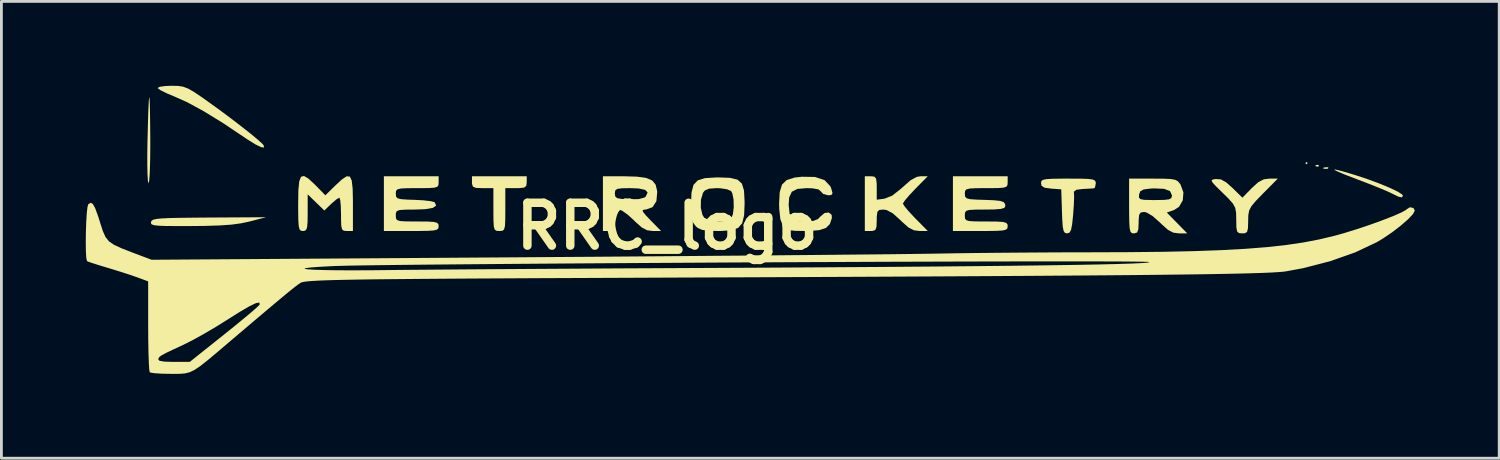
<source format=kicad_pcb>
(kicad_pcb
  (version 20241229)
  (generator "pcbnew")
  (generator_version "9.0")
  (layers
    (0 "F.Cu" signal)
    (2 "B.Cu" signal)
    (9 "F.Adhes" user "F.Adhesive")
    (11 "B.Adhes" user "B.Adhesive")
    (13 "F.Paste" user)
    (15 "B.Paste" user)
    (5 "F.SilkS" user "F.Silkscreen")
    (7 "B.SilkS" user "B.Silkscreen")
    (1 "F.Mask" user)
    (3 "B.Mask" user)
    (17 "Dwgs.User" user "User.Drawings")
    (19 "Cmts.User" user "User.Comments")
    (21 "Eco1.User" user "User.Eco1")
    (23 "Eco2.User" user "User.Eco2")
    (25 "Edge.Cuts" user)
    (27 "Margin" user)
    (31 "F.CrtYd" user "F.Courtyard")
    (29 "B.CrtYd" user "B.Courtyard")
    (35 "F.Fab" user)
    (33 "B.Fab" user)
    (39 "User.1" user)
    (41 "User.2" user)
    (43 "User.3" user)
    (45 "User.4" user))
  (footprint "RRC_logo"
    (layer "F.Cu")
    (at 20.676 4.995)
    (property "Reference" "RRC_logo" (at 0 0 0) (layer "F.SilkS") (effects (font (size 1.524 1.524) (thickness 0.3))))
    (attr board_only exclude_from_pos_files exclude_from_bom)
    (fp_poly (pts (xy 22.775 -2.244) (xy 22.733 -2.201) (xy 22.691 -2.244) (xy 22.733 -2.286)) (stroke (width 0) (type solid)) (fill yes) (layer "F.SilkS"))
    (fp_poly (pts (xy 23.17 -2.173) (xy 23.159 -2.123) (xy 23.114 -2.117) (xy 23.044 -2.148) (xy 23.058 -2.173) (xy 23.158 -2.183)) (stroke (width 0) (type solid)) (fill yes) (layer "F.SilkS"))
    (fp_poly (pts (xy 23.514 -2.083) (xy 23.489 -2.045) (xy 23.403 -2.039) (xy 23.313 -2.059) (xy 23.352 -2.09) (xy 23.484 -2.1)) (stroke (width 0) (type solid)) (fill yes) (layer "F.SilkS"))
    (fp_poly (pts (xy -18.41 -4.555) (xy -18.4 -4.357) (xy -18.391 -3.99) (xy -18.385 -3.455) (xy -18.382 -3.154) (xy -18.383 -2.649) (xy -18.39 -2.209) (xy -18.403 -1.857) (xy -18.421 -1.62) (xy -18.442 -1.525) (xy -18.444 -1.524) (xy -18.465 -1.604) (xy -18.48 -1.827) (xy -18.488 -2.165) (xy -18.488 -2.591) (xy -18.481 -3.027) (xy -18.465 -3.667) (xy -18.45 -4.141) (xy -18.435 -4.447) (xy -18.422 -4.585)) (stroke (width 0) (type solid)) (fill yes) (layer "F.SilkS"))
    (fp_poly (pts (xy 23.942 -1.974) (xy 24.291 -1.873) (xy 24.485 -1.813) (xy 24.935 -1.663) (xy 25.354 -1.507) (xy 25.713 -1.358) (xy 25.984 -1.227) (xy 26.138 -1.127) (xy 26.162 -1.089) (xy 26.127 -1.026) (xy 26.004 -1.051) (xy 25.781 -1.16) (xy 25.602 -1.244) (xy 25.306 -1.368) (xy 24.935 -1.516) (xy 24.553 -1.662) (xy 24.119 -1.828) (xy 23.841 -1.944) (xy 23.718 -2.008) (xy 23.751 -2.018)) (stroke (width 0) (type solid)) (fill yes) (layer "F.SilkS"))
    (fp_poly (pts (xy -14.859 -0.167) (xy -15.153 -0.104) (xy -15.489 -0.058) (xy -15.899 -0.029) (xy -16.418 -0.012) (xy -16.918 -0.007) (xy -17.449 -0.006) (xy -17.834 -0.009) (xy -18.094 -0.019) (xy -18.254 -0.038) (xy -18.334 -0.068) (xy -18.359 -0.112) (xy -18.357 -0.148) (xy -18.336 -0.195) (xy -18.28 -0.231) (xy -18.17 -0.258) (xy -17.986 -0.277) (xy -17.707 -0.291) (xy -17.313 -0.299) (xy -16.784 -0.305) (xy -16.297 -0.309) (xy -14.266 -0.321)) (stroke (width 0) (type solid)) (fill yes) (layer "F.SilkS"))
    (fp_poly (pts (xy -4.995 -1.566) (xy -5.011 -1.436) (xy -5.089 -1.374) (xy -5.274 -1.355) (xy -5.376 -1.355) (xy -5.757 -1.355) (xy -5.757 -0.593) (xy -5.759 -0.232) (xy -5.77 -0.008) (xy -5.8 0.112) (xy -5.857 0.16) (xy -5.95 0.169) (xy -5.969 0.169) (xy -6.069 0.163) (xy -6.131 0.123) (xy -6.165 0.017) (xy -6.178 -0.188) (xy -6.181 -0.525) (xy -6.181 -0.593) (xy -6.181 -1.355) (xy -6.562 -1.355) (xy -6.797 -1.363) (xy -6.908 -1.407) (xy -6.941 -1.509) (xy -6.943 -1.566) (xy -6.943 -1.778) (xy -4.995 -1.778)) (stroke (width 0) (type solid)) (fill yes) (layer "F.SilkS"))
    (fp_poly (pts (xy -17.397 -4.99) (xy -17.216 -4.963) (xy -17.038 -4.896) (xy -16.824 -4.773) (xy -16.532 -4.576) (xy -16.348 -4.445) (xy -15.936 -4.149) (xy -15.525 -3.843) (xy -15.139 -3.547) (xy -14.804 -3.282) (xy -14.544 -3.066) (xy -14.385 -2.919) (xy -14.351 -2.879) (xy -14.337 -2.799) (xy -14.44 -2.812) (xy -14.643 -2.91) (xy -14.926 -3.086) (xy -15.028 -3.155) (xy -15.794 -3.668) (xy -16.483 -4.091) (xy -17.079 -4.415) (xy -17.529 -4.615) (xy -17.813 -4.734) (xy -18.022 -4.839) (xy -18.117 -4.911) (xy -18.119 -4.918) (xy -18.042 -4.959) (xy -17.843 -4.987) (xy -17.622 -4.995)) (stroke (width 0) (type solid)) (fill yes) (layer "F.SilkS"))
    (fp_poly (pts (xy 21.185 -1.162) (xy 20.933 -0.902) (xy 20.777 -0.717) (xy 20.696 -0.564) (xy 20.664 -0.398) (xy 20.659 -0.188) (xy 20.652 0.07) (xy 20.62 0.201) (xy 20.542 0.249) (xy 20.447 0.254) (xy 20.328 0.243) (xy 20.264 0.181) (xy 20.239 0.029) (xy 20.235 -0.233) (xy 20.23 -0.481) (xy 20.197 -0.657) (xy 20.113 -0.81) (xy 19.952 -0.991) (xy 19.754 -1.185) (xy 19.517 -1.418) (xy 19.389 -1.558) (xy 19.357 -1.631) (xy 19.409 -1.664) (xy 19.512 -1.679) (xy 19.69 -1.665) (xy 19.877 -1.561) (xy 20.102 -1.361) (xy 20.454 -1.015) (xy 20.785 -1.354) (xy 21.019 -1.567) (xy 21.217 -1.669) (xy 21.414 -1.693) (xy 21.712 -1.693)) (stroke (width 0) (type solid)) (fill yes) (layer "F.SilkS"))
    (fp_poly (pts (xy 14.685 -1.692) (xy 14.962 -1.683) (xy 15.128 -1.662) (xy 15.21 -1.625) (xy 15.238 -1.565) (xy 15.24 -1.524) (xy 15.213 -1.383) (xy 15.177 -1.348) (xy 15.058 -1.34) (xy 14.842 -1.328) (xy 14.774 -1.325) (xy 14.549 -1.297) (xy 14.463 -1.231) (xy 14.464 -1.184) (xy 14.47 -1.044) (xy 14.461 -0.785) (xy 14.439 -0.462) (xy 14.434 -0.402) (xy 14.399 -0.068) (xy 14.36 0.131) (xy 14.306 0.227) (xy 14.226 0.254) (xy 14.218 0.254) (xy 14.144 0.237) (xy 14.095 0.165) (xy 14.065 0.007) (xy 14.046 -0.268) (xy 14.037 -0.529) (xy 14.012 -1.312) (xy 13.652 -1.338) (xy 13.419 -1.37) (xy 13.313 -1.436) (xy 13.293 -1.529) (xy 13.304 -1.6) (xy 13.357 -1.647) (xy 13.481 -1.675) (xy 13.704 -1.688) (xy 14.054 -1.693) (xy 14.266 -1.693)) (stroke (width 0) (type solid)) (fill yes) (layer "F.SilkS"))
    (fp_poly (pts (xy 7.365 -1.764) (xy 7.428 -1.693) (xy 7.449 -1.521) (xy 7.451 -1.361) (xy 7.451 -0.944) (xy 7.721 -0.978) (xy 8.001 -1.088) (xy 8.334 -1.351) (xy 8.38 -1.395) (xy 8.655 -1.636) (xy 8.876 -1.756) (xy 9.017 -1.778) (xy 9.265 -1.778) (xy 8.824 -1.331) (xy 8.61 -1.104) (xy 8.453 -0.919) (xy 8.383 -0.811) (xy 8.382 -0.804) (xy 8.438 -0.71) (xy 8.585 -0.533) (xy 8.793 -0.309) (xy 8.824 -0.278) (xy 9.265 0.169) (xy 8.968 0.169) (xy 8.768 0.143) (xy 8.582 0.046) (xy 8.357 -0.152) (xy 8.297 -0.212) (xy 8.022 -0.459) (xy 7.8 -0.576) (xy 7.687 -0.593) (xy 7.542 -0.58) (xy 7.473 -0.511) (xy 7.452 -0.341) (xy 7.451 -0.212) (xy 7.442 0.023) (xy 7.399 0.135) (xy 7.296 0.168) (xy 7.239 0.169) (xy 7.027 0.169) (xy 7.027 -1.778) (xy 7.239 -1.778)) (stroke (width 0) (type solid)) (fill yes) (layer "F.SilkS"))
    (fp_poly (pts (xy -12.756 -1.692) (xy -12.529 -1.481) (xy -12.488 -1.439) (xy -12.157 -1.1) (xy -11.811 -1.439) (xy -11.571 -1.662) (xy -11.4 -1.775) (xy -11.286 -1.767) (xy -11.219 -1.627) (xy -11.186 -1.342) (xy -11.176 -0.903) (xy -11.176 -0.804) (xy -11.176 0.169) (xy -11.388 0.169) (xy -11.498 0.161) (xy -11.562 0.11) (xy -11.591 -0.02) (xy -11.599 -0.265) (xy -11.599 -0.423) (xy -11.607 -0.715) (xy -11.627 -0.927) (xy -11.656 -1.016) (xy -11.658 -1.016) (xy -11.752 -0.963) (xy -11.91 -0.83) (xy -11.955 -0.788) (xy -12.193 -0.56) (xy -12.489 -0.847) (xy -12.785 -1.134) (xy -12.785 -0.482) (xy -12.788 -0.153) (xy -12.806 0.043) (xy -12.846 0.138) (xy -12.918 0.168) (xy -12.954 0.169) (xy -13.027 0.159) (xy -13.075 0.109) (xy -13.104 -0.01) (xy -13.118 -0.225) (xy -13.123 -0.566) (xy -13.123 -0.804) (xy -13.116 -1.277) (xy -13.086 -1.591) (xy -13.023 -1.758) (xy -12.917 -1.788)) (stroke (width 0) (type solid)) (fill yes) (layer "F.SilkS"))
    (fp_poly (pts (xy 5.255 -1.752) (xy 5.594 -1.64) (xy 5.8 -1.422) (xy 5.832 -1.347) (xy 5.879 -1.176) (xy 5.836 -1.11) (xy 5.72 -1.101) (xy 5.546 -1.149) (xy 5.473 -1.228) (xy 5.381 -1.309) (xy 5.168 -1.348) (xy 4.959 -1.355) (xy 4.628 -1.327) (xy 4.431 -1.227) (xy 4.338 -1.026) (xy 4.318 -0.762) (xy 4.352 -0.447) (xy 4.472 -0.262) (xy 4.706 -0.18) (xy 4.909 -0.169) (xy 5.191 -0.188) (xy 5.361 -0.255) (xy 5.448 -0.346) (xy 5.595 -0.47) (xy 5.746 -0.488) (xy 5.846 -0.407) (xy 5.856 -0.293) (xy 5.784 -0.077) (xy 5.642 0.063) (xy 5.398 0.14) (xy 5.025 0.168) (xy 4.902 0.169) (xy 4.561 0.164) (xy 4.347 0.141) (xy 4.217 0.091) (xy 4.127 0.004) (xy 4.111 -0.019) (xy 4.023 -0.249) (xy 3.983 -0.627) (xy 3.979 -0.81) (xy 4.001 -1.213) (xy 4.082 -1.481) (xy 4.249 -1.643) (xy 4.528 -1.73) (xy 4.785 -1.76)) (stroke (width 0) (type solid)) (fill yes) (layer "F.SilkS"))
    (fp_poly (pts (xy 2.233 -1.721) (xy 2.5 -1.657) (xy 2.656 -1.515) (xy 2.731 -1.267) (xy 2.751 -0.885) (xy 2.752 -0.81) (xy 2.735 -0.389) (xy 2.667 -0.108) (xy 2.522 0.061) (xy 2.273 0.144) (xy 1.894 0.169) (xy 1.807 0.169) (xy 1.46 0.161) (xy 1.236 0.128) (xy 1.088 0.061) (xy 1.016 0) (xy 0.924 -0.124) (xy 0.872 -0.297) (xy 0.85 -0.564) (xy 0.848 -0.653) (xy 1.194 -0.653) (xy 1.254 -0.402) (xy 1.318 -0.302) (xy 1.495 -0.215) (xy 1.755 -0.174) (xy 2.024 -0.182) (xy 2.23 -0.242) (xy 2.269 -0.271) (xy 2.336 -0.427) (xy 2.366 -0.677) (xy 2.359 -0.949) (xy 2.315 -1.172) (xy 2.269 -1.253) (xy 2.128 -1.314) (xy 1.889 -1.35) (xy 1.764 -1.355) (xy 1.491 -1.337) (xy 1.337 -1.272) (xy 1.273 -1.191) (xy 1.199 -0.942) (xy 1.194 -0.653) (xy 0.848 -0.653) (xy 0.847 -0.791) (xy 0.864 -1.197) (xy 0.934 -1.469) (xy 1.085 -1.631) (xy 1.343 -1.711) (xy 1.737 -1.735) (xy 1.826 -1.736)) (stroke (width 0) (type solid)) (fill yes) (layer "F.SilkS"))
    (fp_poly (pts (xy -8.128 -1.566) (xy -8.134 -1.466) (xy -8.174 -1.404) (xy -8.28 -1.371) (xy -8.486 -1.357) (xy -8.823 -1.355) (xy -8.89 -1.355) (xy -9.251 -1.353) (xy -9.475 -1.341) (xy -9.595 -1.311) (xy -9.643 -1.255) (xy -9.652 -1.163) (xy -9.652 -1.155) (xy -9.642 -1.055) (xy -9.589 -0.994) (xy -9.458 -0.962) (xy -9.214 -0.945) (xy -8.996 -0.939) (xy -8.674 -0.922) (xy -8.419 -0.893) (xy -8.277 -0.857) (xy -8.267 -0.849) (xy -8.217 -0.734) (xy -8.332 -0.653) (xy -8.61 -0.606) (xy -8.98 -0.593) (xy -9.314 -0.59) (xy -9.514 -0.576) (xy -9.614 -0.539) (xy -9.648 -0.469) (xy -9.652 -0.381) (xy -9.646 -0.281) (xy -9.606 -0.219) (xy -9.5 -0.185) (xy -9.294 -0.172) (xy -8.957 -0.169) (xy -8.89 -0.169) (xy -8.528 -0.167) (xy -8.303 -0.153) (xy -8.183 -0.122) (xy -8.135 -0.067) (xy -8.128 0) (xy -8.138 0.073) (xy -8.188 0.121) (xy -8.307 0.15) (xy -8.522 0.164) (xy -8.864 0.169) (xy -9.102 0.169) (xy -10.075 0.169) (xy -10.075 -1.778) (xy -8.128 -1.778)) (stroke (width 0) (type solid)) (fill yes) (layer "F.SilkS"))
    (fp_poly (pts (xy -1.545 -1.777) (xy -1.072 -1.763) (xy -0.743 -1.716) (xy -0.531 -1.625) (xy -0.411 -1.476) (xy -0.359 -1.258) (xy -0.355 -1.215) (xy -0.385 -0.889) (xy -0.523 -0.677) (xy -0.759 -0.593) (xy -0.786 -0.593) (xy -0.869 -0.578) (xy -0.864 -0.516) (xy -0.757 -0.383) (xy -0.593 -0.212) (xy -0.219 0.169) (xy -0.515 0.169) (xy -0.715 0.143) (xy -0.902 0.045) (xy -1.127 -0.153) (xy -1.185 -0.212) (xy -1.405 -0.412) (xy -1.6 -0.55) (xy -1.711 -0.593) (xy -1.807 -0.561) (xy -1.852 -0.438) (xy -1.863 -0.212) (xy -1.871 0.023) (xy -1.915 0.135) (xy -2.017 0.168) (xy -2.074 0.169) (xy -2.286 0.169) (xy -2.286 -1.164) (xy -1.863 -1.164) (xy -1.847 -1.057) (xy -1.775 -0.997) (xy -1.606 -0.969) (xy -1.362 -0.957) (xy -1.011 -0.965) (xy -0.807 -1.021) (xy -0.762 -1.059) (xy -0.697 -1.199) (xy -0.78 -1.292) (xy -1.017 -1.343) (xy -1.317 -1.355) (xy -1.612 -1.35) (xy -1.776 -1.328) (xy -1.847 -1.274) (xy -1.863 -1.176) (xy -1.863 -1.164) (xy -2.286 -1.164) (xy -2.286 -1.778)) (stroke (width 0) (type solid)) (fill yes) (layer "F.SilkS"))
    (fp_poly (pts (xy 12.107 -1.566) (xy 12.101 -1.466) (xy 12.061 -1.404) (xy 11.955 -1.371) (xy 11.75 -1.357) (xy 11.413 -1.355) (xy 11.345 -1.355) (xy 10.985 -1.353) (xy 10.76 -1.341) (xy 10.641 -1.311) (xy 10.592 -1.255) (xy 10.583 -1.163) (xy 10.583 -1.155) (xy 10.593 -1.055) (xy 10.647 -0.994) (xy 10.778 -0.961) (xy 11.024 -0.945) (xy 11.234 -0.939) (xy 11.605 -0.925) (xy 11.838 -0.901) (xy 11.964 -0.858) (xy 12.015 -0.788) (xy 12.023 -0.715) (xy 11.988 -0.653) (xy 11.865 -0.616) (xy 11.625 -0.597) (xy 11.303 -0.593) (xy 10.955 -0.591) (xy 10.742 -0.578) (xy 10.631 -0.546) (xy 10.59 -0.483) (xy 10.583 -0.381) (xy 10.589 -0.281) (xy 10.629 -0.219) (xy 10.736 -0.185) (xy 10.941 -0.172) (xy 11.278 -0.169) (xy 11.345 -0.169) (xy 11.707 -0.167) (xy 11.932 -0.153) (xy 12.052 -0.122) (xy 12.1 -0.067) (xy 12.107 0) (xy 12.097 0.073) (xy 12.047 0.121) (xy 11.928 0.15) (xy 11.713 0.164) (xy 11.372 0.169) (xy 11.134 0.169) (xy 10.16 0.169) (xy 10.16 -1.778) (xy 12.107 -1.778)) (stroke (width 0) (type solid)) (fill yes) (layer "F.SilkS"))
    (fp_poly (pts (xy 17.657 -1.691) (xy 17.911 -1.679) (xy 18.068 -1.649) (xy 18.165 -1.593) (xy 18.238 -1.505) (xy 18.253 -1.482) (xy 18.356 -1.203) (xy 18.334 -0.922) (xy 18.2 -0.69) (xy 18.022 -0.576) (xy 17.766 -0.486) (xy 18.493 0.254) (xy 18.196 0.254) (xy 17.996 0.228) (xy 17.809 0.13) (xy 17.584 -0.069) (xy 17.526 -0.127) (xy 17.265 -0.359) (xy 17.046 -0.489) (xy 16.958 -0.508) (xy 16.838 -0.489) (xy 16.781 -0.403) (xy 16.764 -0.205) (xy 16.764 -0.127) (xy 16.753 0.111) (xy 16.707 0.224) (xy 16.607 0.254) (xy 16.595 0.254) (xy 16.522 0.244) (xy 16.474 0.194) (xy 16.445 0.075) (xy 16.431 -0.14) (xy 16.426 -0.482) (xy 16.425 -0.72) (xy 16.425 -1.023) (xy 16.775 -1.023) (xy 16.822 -0.966) (xy 16.954 -0.939) (xy 17.207 -0.932) (xy 17.351 -0.931) (xy 17.664 -0.936) (xy 17.844 -0.956) (xy 17.927 -1.003) (xy 17.949 -1.085) (xy 17.949 -1.099) (xy 17.88 -1.249) (xy 17.669 -1.33) (xy 17.31 -1.346) (xy 17.181 -1.339) (xy 16.941 -1.308) (xy 16.822 -1.243) (xy 16.779 -1.122) (xy 16.775 -1.023) (xy 16.425 -1.023) (xy 16.425 -1.693) (xy 17.27 -1.693)) (stroke (width 0) (type solid)) (fill yes) (layer "F.SilkS"))
    (fp_poly (pts (xy -20.426 -0.794) (xy -20.342 -0.642) (xy -20.238 -0.358) (xy -20.158 -0.105) (xy -20.066 0.179) (xy -19.974 0.384) (xy -19.852 0.536) (xy -19.669 0.662) (xy -19.393 0.789) (xy -18.994 0.944) (xy -18.914 0.974) (xy -18.335 1.192) (xy -5.632 1.107) (xy -4.132 1.096) (xy -2.65 1.086) (xy -1.197 1.075) (xy 0.216 1.064) (xy 1.575 1.053) (xy 2.871 1.043) (xy 4.09 1.032) (xy 5.221 1.022) (xy 6.252 1.012) (xy 7.172 1.003) (xy 7.969 0.995) (xy 8.631 0.987) (xy 9.146 0.98) (xy 9.483 0.975) (xy 10.179 0.963) (xy 11.001 0.952) (xy 11.904 0.943) (xy 12.846 0.936) (xy 13.782 0.93) (xy 14.669 0.927) (xy 15.028 0.927) (xy 16.414 0.922) (xy 17.645 0.909) (xy 18.737 0.885) (xy 19.704 0.85) (xy 20.561 0.803) (xy 21.322 0.743) (xy 22.003 0.668) (xy 22.617 0.578) (xy 23.181 0.47) (xy 23.708 0.345) (xy 24.068 0.245) (xy 24.533 0.101) (xy 24.999 -0.055) (xy 25.435 -0.213) (xy 25.812 -0.36) (xy 26.099 -0.485) (xy 26.268 -0.578) (xy 26.296 -0.604) (xy 26.409 -0.675) (xy 26.534 -0.649) (xy 26.585 -0.557) (xy 26.519 -0.432) (xy 26.34 -0.243) (xy 26.081 -0.018) (xy 25.774 0.218) (xy 25.449 0.438) (xy 25.231 0.568) (xy 24.462 0.931) (xy 23.575 1.243) (xy 22.621 1.49) (xy 22.011 1.603) (xy 21.885 1.619) (xy 21.703 1.633) (xy 21.461 1.647) (xy 21.152 1.66) (xy 20.771 1.672) (xy 20.311 1.684) (xy 19.767 1.695) (xy 19.134 1.706) (xy 18.405 1.716) (xy 17.575 1.726) (xy 16.638 1.736) (xy 15.589 1.745) (xy 14.421 1.754) (xy 13.129 1.763) (xy 11.707 1.772) (xy 10.149 1.781) (xy 8.451 1.79) (xy 6.605 1.799) (xy 4.606 1.808) (xy 2.448 1.817) (xy 0.423 1.825) (xy -1.342 1.833) (xy -2.946 1.84) (xy -4.396 1.846) (xy -5.7 1.853) (xy -6.866 1.859) (xy -7.902 1.866) (xy -8.814 1.873) (xy -9.612 1.88) (xy -10.303 1.887) (xy -10.894 1.895) (xy -11.394 1.904) (xy -11.81 1.913) (xy -12.15 1.923) (xy -12.422 1.935) (xy -12.633 1.947) (xy -12.792 1.96) (xy -12.906 1.975) (xy -12.982 1.991) (xy -13.03 2.008) (xy -13.039 2.013) (xy -13.119 2.068) (xy -13.229 2.15) (xy -13.381 2.27) (xy -13.589 2.44) (xy -13.865 2.671) (xy -14.225 2.973) (xy -14.679 3.357) (xy -15.243 3.835) (xy -15.567 4.11) (xy -16.012 4.489) (xy -16.351 4.773) (xy -16.61 4.976) (xy -16.813 5.111) (xy -16.985 5.193) (xy -17.151 5.234) (xy -17.335 5.248) (xy -17.563 5.25) (xy -17.654 5.249) (xy -17.981 5.243) (xy -18.24 5.226) (xy -18.386 5.201) (xy -18.401 5.193) (xy -18.419 5.094) (xy -18.434 4.854) (xy -18.438 4.726) (xy -18.1 4.726) (xy -18.058 4.784) (xy -17.876 4.815) (xy -17.554 4.824) (xy -16.976 4.822) (xy -15.748 3.843) (xy -15.358 3.529) (xy -15.016 3.248) (xy -14.743 3.019) (xy -14.562 2.859) (xy -14.492 2.786) (xy -14.502 2.714) (xy -14.619 2.732) (xy -14.853 2.843) (xy -15.208 3.05) (xy -15.621 3.311) (xy -16.044 3.575) (xy -16.487 3.835) (xy -16.895 4.06) (xy -17.187 4.207) (xy -17.564 4.382) (xy -17.815 4.502) (xy -17.966 4.582) (xy -18.047 4.638) (xy -18.084 4.685) (xy -18.1 4.726) (xy -18.438 4.726) (xy -18.446 4.499) (xy -18.454 4.057) (xy -18.457 3.555) (xy -18.457 1.961) (xy -18.817 1.827) (xy -19.071 1.738) (xy -19.421 1.625) (xy -19.786 1.512) (xy -12.899 1.512) (xy -12.796 1.531) (xy -12.562 1.546) (xy -12.206 1.558) (xy -11.734 1.566) (xy -11.156 1.568) (xy -10.478 1.565) (xy -9.864 1.558) (xy -9.435 1.553) (xy -8.852 1.548) (xy -8.13 1.542) (xy -7.284 1.535) (xy -6.33 1.528) (xy -5.283 1.521) (xy -4.158 1.514) (xy -2.97 1.507) (xy -1.735 1.499) (xy -0.467 1.493) (xy 0.818 1.486) (xy 1.693 1.482) (xy 3.846 1.471) (xy 5.841 1.459) (xy 7.677 1.447) (xy 9.354 1.434) (xy 10.87 1.42) (xy 12.224 1.406) (xy 13.416 1.391) (xy 14.446 1.376) (xy 15.311 1.36) (xy 16.011 1.343) (xy 16.545 1.326) (xy 16.913 1.308) (xy 17.113 1.29) (xy 17.145 1.271) (xy 17.042 1.265) (xy 16.781 1.26) (xy 16.371 1.255) (xy 15.824 1.252) (xy 15.151 1.251) (xy 14.361 1.25) (xy 13.466 1.25) (xy 12.477 1.251) (xy 11.403 1.253) (xy 10.256 1.256) (xy 9.047 1.26) (xy 7.785 1.264) (xy 6.482 1.27) (xy 5.148 1.275) (xy 3.795 1.282) (xy 2.431 1.288) (xy 1.069 1.296) (xy -0.28 1.304) (xy -1.608 1.312) (xy -2.902 1.32) (xy -4.152 1.329) (xy -5.347 1.338) (xy -6.478 1.347) (xy -7.532 1.356) (xy -8.5 1.365) (xy -9.37 1.374) (xy -10.133 1.383) (xy -10.777 1.392) (xy -11.291 1.401) (xy -11.666 1.41) (xy -11.853 1.416) (xy -12.349 1.442) (xy -12.684 1.467) (xy -12.865 1.491) (xy -12.899 1.512) (xy -19.786 1.512) (xy -19.802 1.507) (xy -19.889 1.481) (xy -20.211 1.384) (xy -20.465 1.303) (xy -20.611 1.251) (xy -20.631 1.241) (xy -20.657 1.133) (xy -20.672 0.897) (xy -20.676 0.578) (xy -20.672 0.218) (xy -20.66 -0.141) (xy -20.641 -0.457) (xy -20.615 -0.685) (xy -20.586 -0.783) (xy -20.503 -0.835)) (stroke (width 0) (type solid)) (fill yes) (layer "F.SilkS")))
  (gr_rect
    (start -3 -3)
    (end 50.262 13.245)
    (stroke (width 0.1) (type default))
    (fill no)
    (layer "Edge.Cuts")))
</source>
